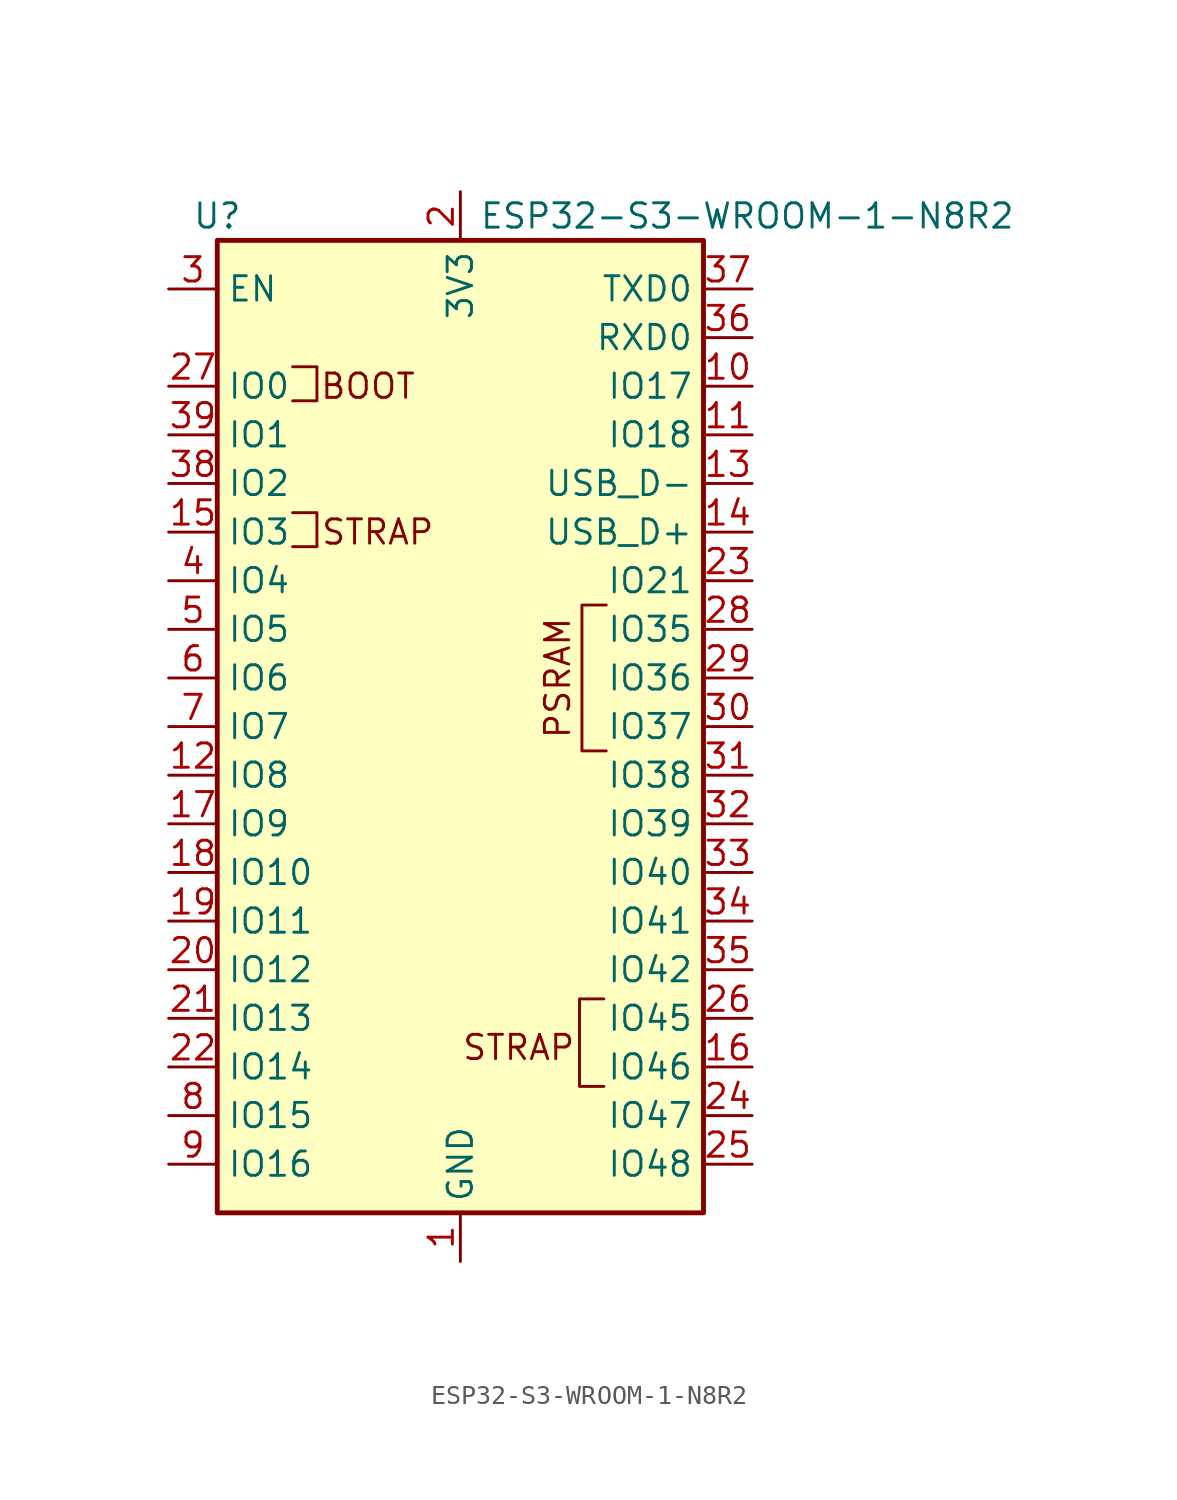
<source format=kicad_sym>
(kicad_symbol_lib
  (version 20241209)
  (generator "kicad_symbol_editor")
  (generator_version "9.0")
  (symbol "ESP32-S3-WROOM-1-N8R2"
    (property "Reference" "U"
      (at -12.7 26.67 0)
      (effects (font (size 1.27 1.27))))
    (property "Value" "ESP32-S3-WROOM-1-N8R2"
      (at 14.986 26.67 0)
      (effects (font (size 1.27 1.27))))
    (symbol "ESP32-S3-WROOM-1-N8R2_0_0"
      (rectangle (start -12.7 25.4) (end 12.7 -25.4) (stroke (width 0.254) (type default)) (fill (type background)))
      (text "PSRAM" (at 5.08 2.54 900) (effects (font (size 1.27 1.27)))))
    (symbol "ESP32-S3-WROOM-1-N8R2_0_1"
      (polyline (pts (xy -8.763 17.018) (xy -7.493 17.018) (xy -7.493 18.796) (xy -8.763 18.796)) (stroke (width 0) (type default)) (fill (type none)))
      (polyline (pts (xy -8.763 9.398) (xy -7.493 9.398) (xy -7.493 11.176) (xy -8.763 11.176)) (stroke (width 0) (type default)) (fill (type none)))
      (polyline (pts (xy 7.493 -18.796) (xy 6.223 -18.796) (xy 6.223 -14.224) (xy 7.493 -14.224)) (stroke (width 0) (type default)) (fill (type none)))
      (polyline (pts (xy 7.62 -1.27) (xy 6.35 -1.27) (xy 6.35 6.35) (xy 7.62 6.35)) (stroke (width 0) (type default)) (fill (type none))))
    (symbol "ESP32-S3-WROOM-1-N8R2_1_1"
      (text "BOOT" (at -4.826 17.78 0) (effects (font (size 1.27 1.27))))
      (text "STRAP" (at -4.318 10.16 0) (effects (font (size 1.27 1.27))))
      (text "STRAP" (at 3.048 -16.764 0) (effects (font (size 1.27 1.27))))
      (pin input line (at -15.24 22.86 0) (length 2.54) (name "EN" (effects (font (size 1.27 1.27)))) (number "3" (effects (font (size 1.27 1.27)))))
      (pin bidirectional line (at -15.24 17.78 0) (length 2.54) (name "IO0" (effects (font (size 1.27 1.27)))) (number "27" (effects (font (size 1.27 1.27)))))
      (pin bidirectional line (at -15.24 15.24 0) (length 2.54) (name "IO1" (effects (font (size 1.27 1.27)))) (number "39" (effects (font (size 1.27 1.27)))))
      (pin bidirectional line (at -15.24 12.7 0) (length 2.54) (name "IO2" (effects (font (size 1.27 1.27)))) (number "38" (effects (font (size 1.27 1.27)))))
      (pin bidirectional line (at -15.24 10.16 0) (length 2.54) (name "IO3" (effects (font (size 1.27 1.27)))) (number "15" (effects (font (size 1.27 1.27)))))
      (pin bidirectional line (at -15.24 7.62 0) (length 2.54) (name "IO4" (effects (font (size 1.27 1.27)))) (number "4" (effects (font (size 1.27 1.27)))))
      (pin bidirectional line (at -15.24 5.08 0) (length 2.54) (name "IO5" (effects (font (size 1.27 1.27)))) (number "5" (effects (font (size 1.27 1.27)))))
      (pin bidirectional line (at -15.24 2.54 0) (length 2.54) (name "IO6" (effects (font (size 1.27 1.27)))) (number "6" (effects (font (size 1.27 1.27)))))
      (pin bidirectional line (at -15.24 0 0) (length 2.54) (name "IO7" (effects (font (size 1.27 1.27)))) (number "7" (effects (font (size 1.27 1.27)))))
      (pin bidirectional line (at -15.24 -2.54 0) (length 2.54) (name "IO8" (effects (font (size 1.27 1.27)))) (number "12" (effects (font (size 1.27 1.27)))))
      (pin bidirectional line (at -15.24 -5.08 0) (length 2.54) (name "IO9" (effects (font (size 1.27 1.27)))) (number "17" (effects (font (size 1.27 1.27)))))
      (pin bidirectional line (at -15.24 -7.62 0) (length 2.54) (name "IO10" (effects (font (size 1.27 1.27)))) (number "18" (effects (font (size 1.27 1.27)))))
      (pin bidirectional line (at -15.24 -10.16 0) (length 2.54) (name "IO11" (effects (font (size 1.27 1.27)))) (number "19" (effects (font (size 1.27 1.27)))))
      (pin bidirectional line (at -15.24 -12.7 0) (length 2.54) (name "IO12" (effects (font (size 1.27 1.27)))) (number "20" (effects (font (size 1.27 1.27)))))
      (pin bidirectional line (at -15.24 -15.24 0) (length 2.54) (name "IO13" (effects (font (size 1.27 1.27)))) (number "21" (effects (font (size 1.27 1.27)))))
      (pin bidirectional line (at -15.24 -17.78 0) (length 2.54) (name "IO14" (effects (font (size 1.27 1.27)))) (number "22" (effects (font (size 1.27 1.27)))))
      (pin bidirectional line (at -15.24 -20.32 0) (length 2.54) (name "IO15" (effects (font (size 1.27 1.27)))) (number "8" (effects (font (size 1.27 1.27)))))
      (pin bidirectional line (at -15.24 -22.86 0) (length 2.54) (name "IO16" (effects (font (size 1.27 1.27)))) (number "9" (effects (font (size 1.27 1.27)))))
      (pin power_in line (at 0 27.94 270) (length 2.54) (name "3V3" (effects (font (size 1.27 1.27)))) (number "2" (effects (font (size 1.27 1.27)))))
      (pin power_in line (at 0 -27.94 90) (length 2.54) (name "GND" (effects (font (size 1.27 1.27)))) (number "1" (effects (font (size 1.27 1.27)))))
      (pin passive line (at 0 -27.94 90) (length 2.54) (hide yes) (name "GND" (effects (font (size 1.27 1.27)))) (number "40" (effects (font (size 1.27 1.27)))))
      (pin passive line (at 0 -27.94 90) (length 2.54) (hide yes) (name "GND" (effects (font (size 1.27 1.27)))) (number "41" (effects (font (size 1.27 1.27)))))
      (pin bidirectional line (at 15.24 22.86 180) (length 2.54) (name "TXD0" (effects (font (size 1.27 1.27)))) (number "37" (effects (font (size 1.27 1.27)))))
      (pin bidirectional line (at 15.24 20.32 180) (length 2.54) (name "RXD0" (effects (font (size 1.27 1.27)))) (number "36" (effects (font (size 1.27 1.27)))))
      (pin bidirectional line (at 15.24 17.78 180) (length 2.54) (name "IO17" (effects (font (size 1.27 1.27)))) (number "10" (effects (font (size 1.27 1.27)))))
      (pin bidirectional line (at 15.24 15.24 180) (length 2.54) (name "IO18" (effects (font (size 1.27 1.27)))) (number "11" (effects (font (size 1.27 1.27)))))
      (pin bidirectional line (at 15.24 12.7 180) (length 2.54) (name "USB_D-" (effects (font (size 1.27 1.27)))) (number "13" (effects (font (size 1.27 1.27)))) (alternate "IO19" bidirectional line))
      (pin bidirectional line (at 15.24 10.16 180) (length 2.54) (name "USB_D+" (effects (font (size 1.27 1.27)))) (number "14" (effects (font (size 1.27 1.27)))) (alternate "IO20" bidirectional line))
      (pin bidirectional line (at 15.24 7.62 180) (length 2.54) (name "IO21" (effects (font (size 1.27 1.27)))) (number "23" (effects (font (size 1.27 1.27)))))
      (pin bidirectional line (at 15.24 5.08 180) (length 2.54) (name "IO35" (effects (font (size 1.27 1.27)))) (number "28" (effects (font (size 1.27 1.27)))))
      (pin bidirectional line (at 15.24 2.54 180) (length 2.54) (name "IO36" (effects (font (size 1.27 1.27)))) (number "29" (effects (font (size 1.27 1.27)))))
      (pin bidirectional line (at 15.24 0 180) (length 2.54) (name "IO37" (effects (font (size 1.27 1.27)))) (number "30" (effects (font (size 1.27 1.27)))))
      (pin bidirectional line (at 15.24 -2.54 180) (length 2.54) (name "IO38" (effects (font (size 1.27 1.27)))) (number "31" (effects (font (size 1.27 1.27)))))
      (pin bidirectional line (at 15.24 -5.08 180) (length 2.54) (name "IO39" (effects (font (size 1.27 1.27)))) (number "32" (effects (font (size 1.27 1.27)))))
      (pin bidirectional line (at 15.24 -7.62 180) (length 2.54) (name "IO40" (effects (font (size 1.27 1.27)))) (number "33" (effects (font (size 1.27 1.27)))))
      (pin bidirectional line (at 15.24 -10.16 180) (length 2.54) (name "IO41" (effects (font (size 1.27 1.27)))) (number "34" (effects (font (size 1.27 1.27)))))
      (pin bidirectional line (at 15.24 -12.7 180) (length 2.54) (name "IO42" (effects (font (size 1.27 1.27)))) (number "35" (effects (font (size 1.27 1.27)))))
      (pin bidirectional line (at 15.24 -15.24 180) (length 2.54) (name "IO45" (effects (font (size 1.27 1.27)))) (number "26" (effects (font (size 1.27 1.27)))))
      (pin bidirectional line (at 15.24 -17.78 180) (length 2.54) (name "IO46" (effects (font (size 1.27 1.27)))) (number "16" (effects (font (size 1.27 1.27)))))
      (pin bidirectional line (at 15.24 -20.32 180) (length 2.54) (name "IO47" (effects (font (size 1.27 1.27)))) (number "24" (effects (font (size 1.27 1.27)))))
      (pin bidirectional line (at 15.24 -22.86 180) (length 2.54) (name "IO48" (effects (font (size 1.27 1.27)))) (number "25" (effects (font (size 1.27 1.27))))))))
</source>
